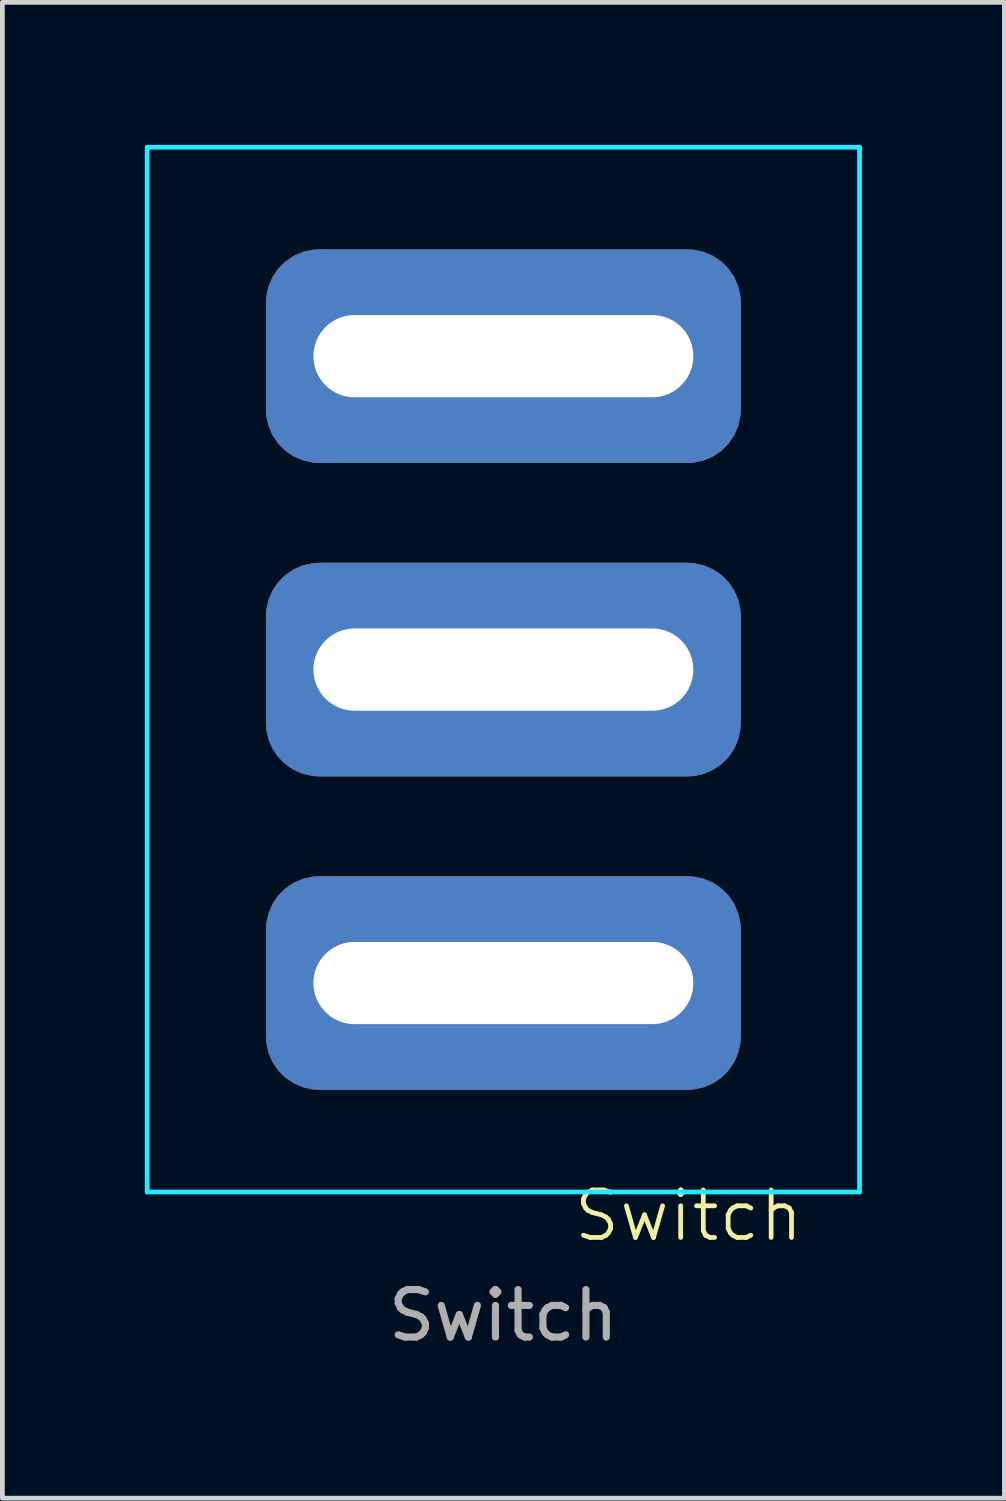
<source format=kicad_pcb>
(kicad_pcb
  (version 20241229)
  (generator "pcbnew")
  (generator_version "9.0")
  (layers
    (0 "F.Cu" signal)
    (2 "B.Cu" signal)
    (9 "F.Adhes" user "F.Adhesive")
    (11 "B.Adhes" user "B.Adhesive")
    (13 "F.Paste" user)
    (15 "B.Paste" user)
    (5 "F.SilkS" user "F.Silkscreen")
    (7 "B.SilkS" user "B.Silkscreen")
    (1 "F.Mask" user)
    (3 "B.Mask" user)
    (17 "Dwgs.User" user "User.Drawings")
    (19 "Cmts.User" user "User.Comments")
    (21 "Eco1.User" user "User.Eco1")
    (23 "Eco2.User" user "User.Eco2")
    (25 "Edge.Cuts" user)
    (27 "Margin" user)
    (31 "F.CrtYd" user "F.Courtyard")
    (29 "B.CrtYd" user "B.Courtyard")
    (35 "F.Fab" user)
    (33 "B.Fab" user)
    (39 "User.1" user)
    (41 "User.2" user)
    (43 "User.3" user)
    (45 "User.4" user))
  (footprint "Switch"
    (layer "F.Cu")
    (at 7.55 11.05)
    (property "Reference" "Switch" (at 3.9 11.5 0) (unlocked yes) (layer "F.SilkS") (effects (font (size 1 1) (thickness 0.1))))
    (attr smd)
    (fp_line (start -7.5 -11) (end 7.5 -11) (stroke (width 0.1) (type default)) (layer "B.CrtYd"))
    (fp_line (start -7.5 11) (end -7.5 -11) (stroke (width 0.1) (type default)) (layer "B.CrtYd"))
    (fp_line (start 7.5 -11) (end 7.5 11) (stroke (width 0.1) (type default)) (layer "B.CrtYd"))
    (fp_line (start 7.5 11) (end -7.5 11) (stroke (width 0.1) (type default)) (layer "B.CrtYd"))
    (fp_text user "${REFERENCE}" (at 0 13.6 0) (unlocked yes) (layer "F.Fab") (effects (font (size 1 1) (thickness 0.15))))
    (pad "1" thru_hole roundrect (at 0 -6.6) (size 10 4.5) (drill oval 8 1.732) (layers "*.Cu" "*.Mask") (roundrect_rratio 0.25))
    (pad "2" thru_hole roundrect (at 0 0) (size 10 4.5) (drill oval 8 1.732) (layers "*.Cu" "*.Mask") (roundrect_rratio 0.25))
    (pad "3" thru_hole roundrect (at 0 6.6) (size 10 4.5) (drill oval 8 1.732) (layers "*.Cu" "*.Mask") (roundrect_rratio 0.25)))
  (gr_rect
    (start -3 -3)
    (end 18.1 28.498)
    (stroke (width 0.1) (type default))
    (fill no)
    (layer "Edge.Cuts")))
</source>
